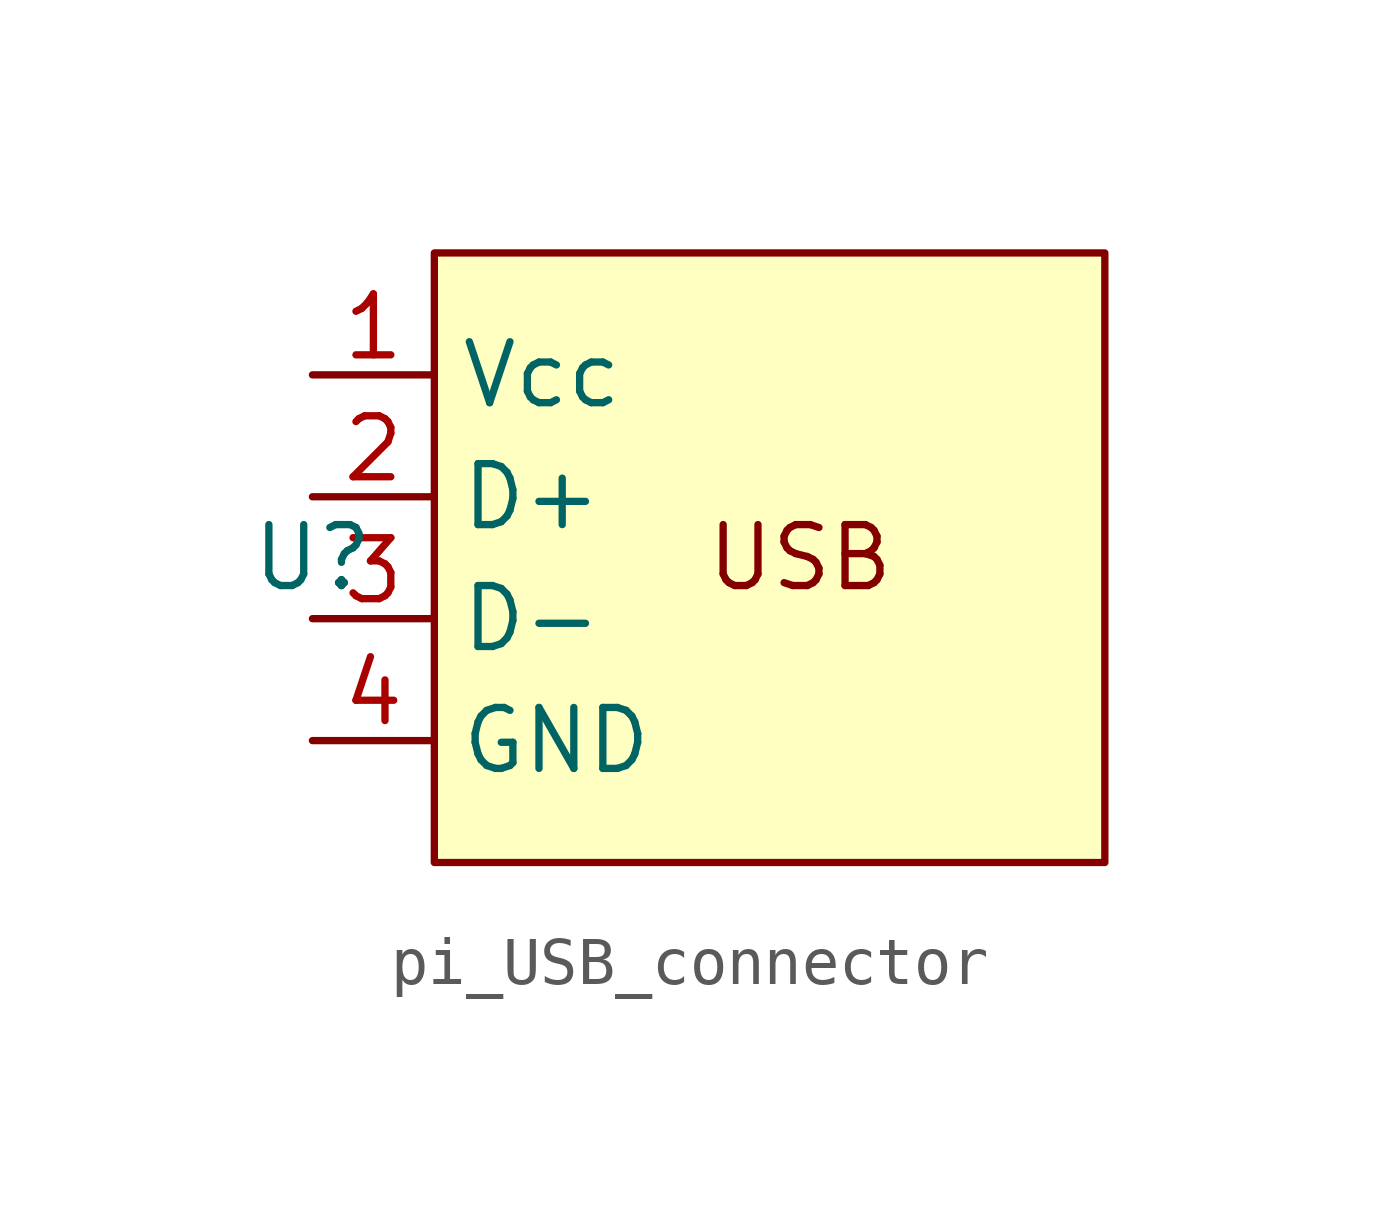
<source format=kicad_sym>
(kicad_symbol_lib
  (version 20231120)
  (generator "kicad_symbol_editor")
  (generator_version "8.0")
  (symbol "pi_USB_connector"
    (property "Reference" "U"
      (at 0 0 0)
      (effects (font (size 1.27 1.27))))
    (property "Value" ""
      (at 0 0 0)
      (effects (font (size 1.27 1.27))))
    (symbol "pi_USB_connector_1_1"
      (rectangle (start 2.54 6.35) (end 16.51 -6.35) (stroke (width 0) (type default)) (fill (type background)))
      (text "USB" (at 10.16 0 0) (effects (font (size 1.27 1.27))))
      (pin power_in line (at 0 3.81 0) (length 2.54) (name "Vcc" (effects (font (size 1.27 1.27)))) (number "1" (effects (font (size 1.27 1.27)))))
      (pin bidirectional line (at 0 1.27 0) (length 2.54) (name "D+" (effects (font (size 1.27 1.27)))) (number "2" (effects (font (size 1.27 1.27)))))
      (pin bidirectional line (at 0 -1.27 0) (length 2.54) (name "D-" (effects (font (size 1.27 1.27)))) (number "3" (effects (font (size 1.27 1.27)))))
      (pin power_in line (at 0 -3.81 0) (length 2.54) (name "GND" (effects (font (size 1.27 1.27)))) (number "4" (effects (font (size 1.27 1.27))))))))
</source>
